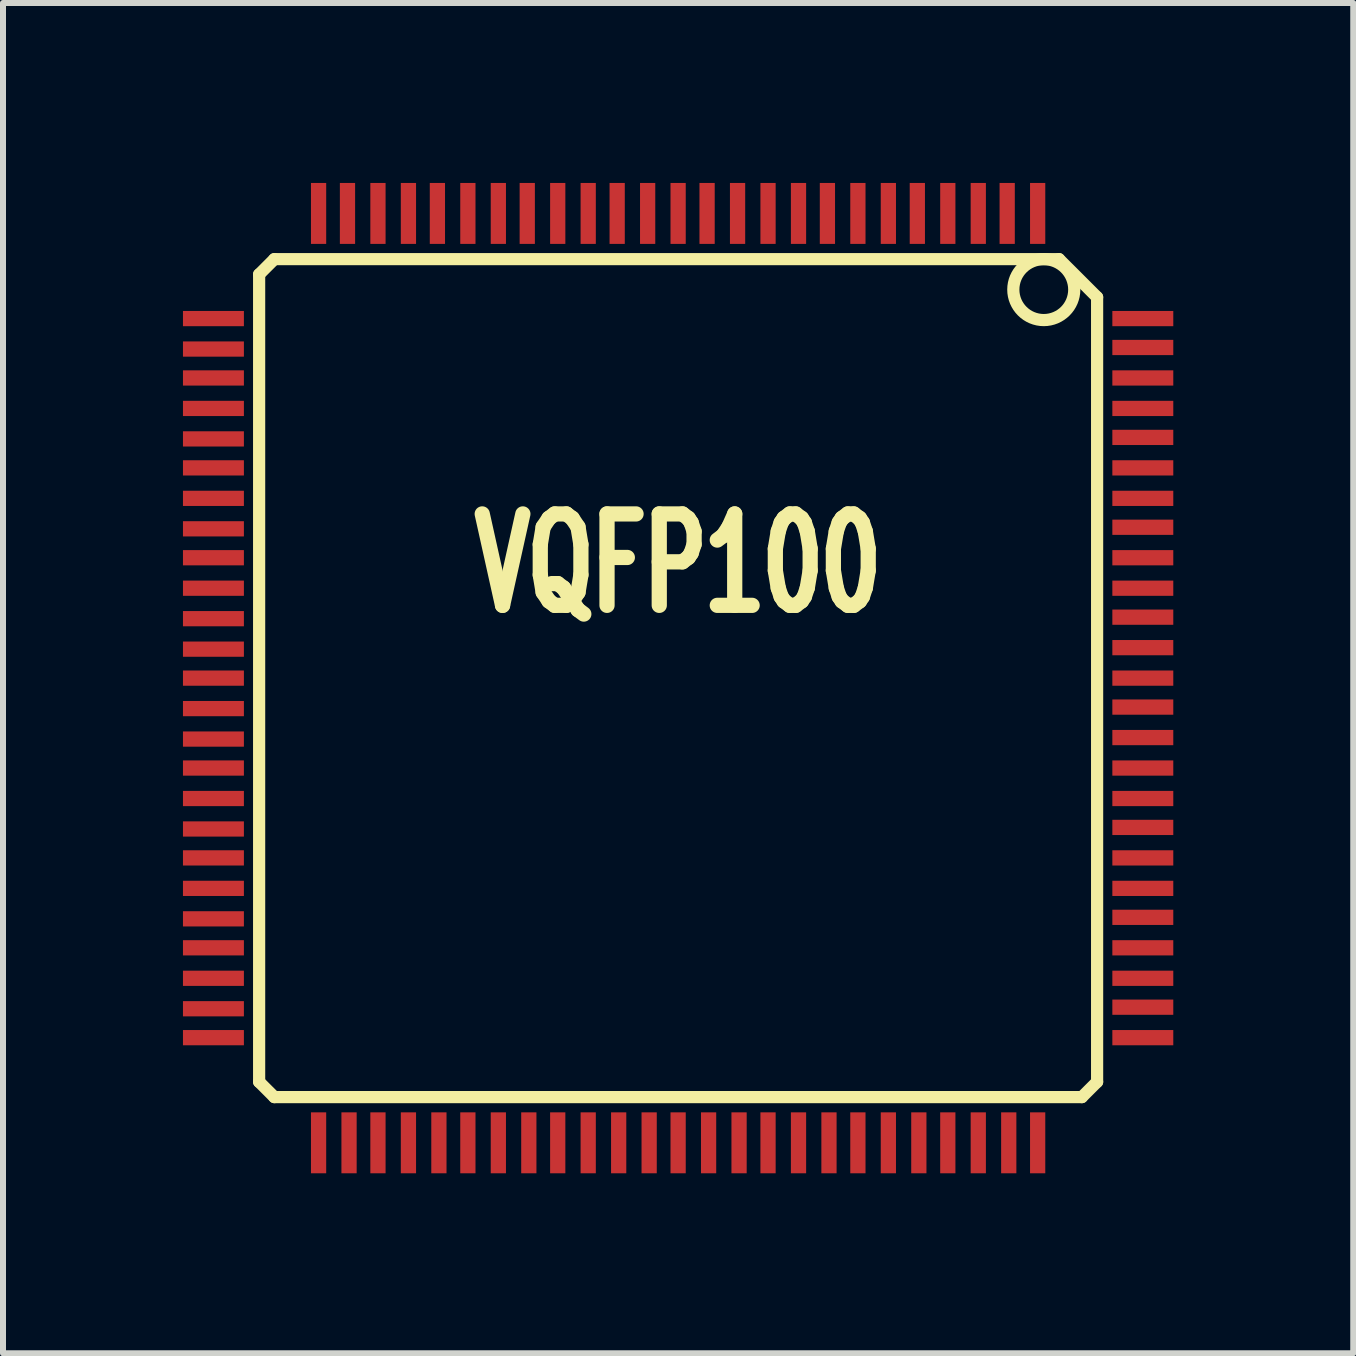
<source format=kicad_pcb>
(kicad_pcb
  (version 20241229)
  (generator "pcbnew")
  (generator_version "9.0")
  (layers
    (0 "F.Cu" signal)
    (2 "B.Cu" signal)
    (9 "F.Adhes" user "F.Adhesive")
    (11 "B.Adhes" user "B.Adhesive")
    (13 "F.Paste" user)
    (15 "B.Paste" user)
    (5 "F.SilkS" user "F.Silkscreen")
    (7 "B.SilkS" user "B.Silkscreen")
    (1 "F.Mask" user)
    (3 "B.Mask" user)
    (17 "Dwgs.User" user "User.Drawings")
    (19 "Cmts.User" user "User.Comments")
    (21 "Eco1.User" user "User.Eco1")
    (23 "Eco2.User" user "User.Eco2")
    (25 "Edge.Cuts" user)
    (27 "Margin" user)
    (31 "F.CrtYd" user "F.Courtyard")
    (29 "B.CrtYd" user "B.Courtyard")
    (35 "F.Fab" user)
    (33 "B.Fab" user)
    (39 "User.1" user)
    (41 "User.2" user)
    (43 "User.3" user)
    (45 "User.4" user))
  (footprint "VQFP100"
    (layer "F.Cu")
    (at 8.255 8.255)
    (property "Reference" "VQFP100" (at 0 -1.905 0) (layer "F.SilkS") (effects (font (size 1.524 1.016) (thickness 0.305))))
    (attr smd)
    (fp_line (start -6.985 -6.731) (end -6.985 6.731) (stroke (width 0.203) (type solid)) (layer "F.SilkS"))
    (fp_line (start -6.985 -6.731) (end -6.731 -6.985) (stroke (width 0.203) (type solid)) (layer "F.SilkS"))
    (fp_line (start -6.985 6.731) (end -6.731 6.985) (stroke (width 0.203) (type solid)) (layer "F.SilkS"))
    (fp_line (start -6.731 6.985) (end 6.731 6.985) (stroke (width 0.203) (type solid)) (layer "F.SilkS"))
    (fp_line (start 6.35 -6.985) (end -6.731 -6.985) (stroke (width 0.203) (type solid)) (layer "F.SilkS"))
    (fp_line (start 6.731 6.985) (end 6.985 6.731) (stroke (width 0.203) (type solid)) (layer "F.SilkS"))
    (fp_line (start 6.985 -6.35) (end 6.35 -6.985) (stroke (width 0.203) (type solid)) (layer "F.SilkS"))
    (fp_line (start 6.985 6.731) (end 6.985 -6.35) (stroke (width 0.203) (type solid)) (layer "F.SilkS"))
    (fp_circle (center 6.096 -6.477) (end 6.096 -6.985) (stroke (width 0.203) (type solid)) (fill no) (layer "F.SilkS"))
    (pad "1" smd rect (at 5.994 -7.747) (size 0.254 1.016) (layers "F.Cu" "F.Mask" "F.Paste"))
    (pad "2" smd rect (at 5.486 -7.747) (size 0.254 1.016) (layers "F.Cu" "F.Mask" "F.Paste"))
    (pad "3" smd rect (at 5.004 -7.747) (size 0.254 1.016) (layers "F.Cu" "F.Mask" "F.Paste"))
    (pad "4" smd rect (at 4.496 -7.747) (size 0.254 1.016) (layers "F.Cu" "F.Mask" "F.Paste"))
    (pad "5" smd rect (at 3.988 -7.747) (size 0.254 1.016) (layers "F.Cu" "F.Mask" "F.Paste"))
    (pad "6" smd rect (at 3.505 -7.747) (size 0.254 1.016) (layers "F.Cu" "F.Mask" "F.Paste"))
    (pad "7" smd rect (at 2.997 -7.747) (size 0.254 1.016) (layers "F.Cu" "F.Mask" "F.Paste"))
    (pad "8" smd rect (at 2.489 -7.747) (size 0.254 1.016) (layers "F.Cu" "F.Mask" "F.Paste"))
    (pad "9" smd rect (at 2.007 -7.747) (size 0.254 1.016) (layers "F.Cu" "F.Mask" "F.Paste"))
    (pad "10" smd rect (at 1.499 -7.747) (size 0.254 1.016) (layers "F.Cu" "F.Mask" "F.Paste"))
    (pad "11" smd rect (at 0.991 -7.747) (size 0.254 1.016) (layers "F.Cu" "F.Mask" "F.Paste"))
    (pad "12" smd rect (at 0.483 -7.747) (size 0.254 1.016) (layers "F.Cu" "F.Mask" "F.Paste"))
    (pad "13" smd rect (at 0 -7.747) (size 0.254 1.016) (layers "F.Cu" "F.Mask" "F.Paste"))
    (pad "14" smd rect (at -0.508 -7.747) (size 0.254 1.016) (layers "F.Cu" "F.Mask" "F.Paste"))
    (pad "15" smd rect (at -1.016 -7.747) (size 0.254 1.016) (layers "F.Cu" "F.Mask" "F.Paste"))
    (pad "16" smd rect (at -1.499 -7.747) (size 0.254 1.016) (layers "F.Cu" "F.Mask" "F.Paste"))
    (pad "17" smd rect (at -2.007 -7.747) (size 0.254 1.016) (layers "F.Cu" "F.Mask" "F.Paste"))
    (pad "18" smd rect (at -2.515 -7.747) (size 0.254 1.016) (layers "F.Cu" "F.Mask" "F.Paste"))
    (pad "19" smd rect (at -2.997 -7.747) (size 0.254 1.016) (layers "F.Cu" "F.Mask" "F.Paste"))
    (pad "20" smd rect (at -3.505 -7.747) (size 0.254 1.016) (layers "F.Cu" "F.Mask" "F.Paste"))
    (pad "21" smd rect (at -4.013 -7.747) (size 0.254 1.016) (layers "F.Cu" "F.Mask" "F.Paste"))
    (pad "22" smd rect (at -4.496 -7.747) (size 0.254 1.016) (layers "F.Cu" "F.Mask" "F.Paste"))
    (pad "23" smd rect (at -5.004 -7.747) (size 0.254 1.016) (layers "F.Cu" "F.Mask" "F.Paste"))
    (pad "24" smd rect (at -5.512 -7.747) (size 0.254 1.016) (layers "F.Cu" "F.Mask" "F.Paste"))
    (pad "25" smd rect (at -5.994 -7.747) (size 0.254 1.016) (layers "F.Cu" "F.Mask" "F.Paste"))
    (pad "26" smd rect (at -7.747 -5.994) (size 1.016 0.254) (layers "F.Cu" "F.Mask" "F.Paste"))
    (pad "27" smd rect (at -7.747 -5.486) (size 1.016 0.254) (layers "F.Cu" "F.Mask" "F.Paste"))
    (pad "28" smd rect (at -7.747 -5.004) (size 1.016 0.254) (layers "F.Cu" "F.Mask" "F.Paste"))
    (pad "29" smd rect (at -7.747 -4.496) (size 1.016 0.254) (layers "F.Cu" "F.Mask" "F.Paste"))
    (pad "30" smd rect (at -7.747 -3.988) (size 1.016 0.254) (layers "F.Cu" "F.Mask" "F.Paste"))
    (pad "31" smd rect (at -7.747 -3.505) (size 1.016 0.254) (layers "F.Cu" "F.Mask" "F.Paste"))
    (pad "32" smd rect (at -7.747 -2.997) (size 1.016 0.254) (layers "F.Cu" "F.Mask" "F.Paste"))
    (pad "33" smd rect (at -7.747 -2.489) (size 1.016 0.254) (layers "F.Cu" "F.Mask" "F.Paste"))
    (pad "34" smd rect (at -7.747 -2.007) (size 1.016 0.254) (layers "F.Cu" "F.Mask" "F.Paste"))
    (pad "35" smd rect (at -7.747 -1.499) (size 1.016 0.254) (layers "F.Cu" "F.Mask" "F.Paste"))
    (pad "36" smd rect (at -7.747 -0.991) (size 1.016 0.254) (layers "F.Cu" "F.Mask" "F.Paste"))
    (pad "37" smd rect (at -7.747 -0.483) (size 1.016 0.254) (layers "F.Cu" "F.Mask" "F.Paste"))
    (pad "38" smd rect (at -7.747 0) (size 1.016 0.254) (layers "F.Cu" "F.Mask" "F.Paste"))
    (pad "39" smd rect (at -7.747 0.508) (size 1.016 0.254) (layers "F.Cu" "F.Mask" "F.Paste"))
    (pad "40" smd rect (at -7.747 1.016) (size 1.016 0.254) (layers "F.Cu" "F.Mask" "F.Paste"))
    (pad "41" smd rect (at -7.747 1.499) (size 1.016 0.254) (layers "F.Cu" "F.Mask" "F.Paste"))
    (pad "42" smd rect (at -7.747 2.007) (size 1.016 0.254) (layers "F.Cu" "F.Mask" "F.Paste"))
    (pad "43" smd rect (at -7.747 2.515) (size 1.016 0.254) (layers "F.Cu" "F.Mask" "F.Paste"))
    (pad "44" smd rect (at -7.747 2.997) (size 1.016 0.254) (layers "F.Cu" "F.Mask" "F.Paste"))
    (pad "45" smd rect (at -7.747 3.505) (size 1.016 0.254) (layers "F.Cu" "F.Mask" "F.Paste"))
    (pad "46" smd rect (at -7.747 4.013) (size 1.016 0.254) (layers "F.Cu" "F.Mask" "F.Paste"))
    (pad "47" smd rect (at -7.747 4.496) (size 1.016 0.254) (layers "F.Cu" "F.Mask" "F.Paste"))
    (pad "48" smd rect (at -7.747 5.004) (size 1.016 0.254) (layers "F.Cu" "F.Mask" "F.Paste"))
    (pad "49" smd rect (at -7.747 5.512) (size 1.016 0.254) (layers "F.Cu" "F.Mask" "F.Paste"))
    (pad "50" smd rect (at -7.747 5.994) (size 1.016 0.254) (layers "F.Cu" "F.Mask" "F.Paste"))
    (pad "51" smd rect (at -5.994 7.747) (size 0.254 1.016) (layers "F.Cu" "F.Mask" "F.Paste"))
    (pad "52" smd rect (at -5.486 7.747) (size 0.254 1.016) (layers "F.Cu" "F.Mask" "F.Paste"))
    (pad "53" smd rect (at -5.004 7.747) (size 0.254 1.016) (layers "F.Cu" "F.Mask" "F.Paste"))
    (pad "54" smd rect (at -4.496 7.747) (size 0.254 1.016) (layers "F.Cu" "F.Mask" "F.Paste"))
    (pad "55" smd rect (at -3.988 7.747) (size 0.254 1.016) (layers "F.Cu" "F.Mask" "F.Paste"))
    (pad "56" smd rect (at -3.505 7.747) (size 0.254 1.016) (layers "F.Cu" "F.Mask" "F.Paste"))
    (pad "57" smd rect (at -2.997 7.747) (size 0.254 1.016) (layers "F.Cu" "F.Mask" "F.Paste"))
    (pad "58" smd rect (at -2.489 7.747) (size 0.254 1.016) (layers "F.Cu" "F.Mask" "F.Paste"))
    (pad "59" smd rect (at -2.007 7.747) (size 0.254 1.016) (layers "F.Cu" "F.Mask" "F.Paste"))
    (pad "60" smd rect (at -1.499 7.747) (size 0.254 1.016) (layers "F.Cu" "F.Mask" "F.Paste"))
    (pad "61" smd rect (at -0.991 7.747) (size 0.254 1.016) (layers "F.Cu" "F.Mask" "F.Paste"))
    (pad "62" smd rect (at -0.483 7.747) (size 0.254 1.016) (layers "F.Cu" "F.Mask" "F.Paste"))
    (pad "63" smd rect (at 0 7.747) (size 0.254 1.016) (layers "F.Cu" "F.Mask" "F.Paste"))
    (pad "64" smd rect (at 0.508 7.747) (size 0.254 1.016) (layers "F.Cu" "F.Mask" "F.Paste"))
    (pad "65" smd rect (at 1.016 7.747) (size 0.254 1.016) (layers "F.Cu" "F.Mask" "F.Paste"))
    (pad "66" smd rect (at 1.499 7.747) (size 0.254 1.016) (layers "F.Cu" "F.Mask" "F.Paste"))
    (pad "67" smd rect (at 2.007 7.747) (size 0.254 1.016) (layers "F.Cu" "F.Mask" "F.Paste"))
    (pad "68" smd rect (at 2.515 7.747) (size 0.254 1.016) (layers "F.Cu" "F.Mask" "F.Paste"))
    (pad "69" smd rect (at 2.997 7.747) (size 0.254 1.016) (layers "F.Cu" "F.Mask" "F.Paste"))
    (pad "70" smd rect (at 3.505 7.747) (size 0.254 1.016) (layers "F.Cu" "F.Mask" "F.Paste"))
    (pad "71" smd rect (at 4.013 7.747) (size 0.254 1.016) (layers "F.Cu" "F.Mask" "F.Paste"))
    (pad "72" smd rect (at 4.496 7.747) (size 0.254 1.016) (layers "F.Cu" "F.Mask" "F.Paste"))
    (pad "73" smd rect (at 5.004 7.747) (size 0.254 1.016) (layers "F.Cu" "F.Mask" "F.Paste"))
    (pad "74" smd rect (at 5.512 7.747) (size 0.254 1.016) (layers "F.Cu" "F.Mask" "F.Paste"))
    (pad "75" smd rect (at 5.994 7.747) (size 0.254 1.016) (layers "F.Cu" "F.Mask" "F.Paste"))
    (pad "76" smd rect (at 7.747 5.994) (size 1.016 0.254) (layers "F.Cu" "F.Mask" "F.Paste"))
    (pad "77" smd rect (at 7.747 5.486) (size 1.016 0.254) (layers "F.Cu" "F.Mask" "F.Paste"))
    (pad "78" smd rect (at 7.747 5.004) (size 1.016 0.254) (layers "F.Cu" "F.Mask" "F.Paste"))
    (pad "79" smd rect (at 7.747 4.496) (size 1.016 0.254) (layers "F.Cu" "F.Mask" "F.Paste"))
    (pad "80" smd rect (at 7.747 3.988) (size 1.016 0.254) (layers "F.Cu" "F.Mask" "F.Paste"))
    (pad "81" smd rect (at 7.747 3.505) (size 1.016 0.254) (layers "F.Cu" "F.Mask" "F.Paste"))
    (pad "82" smd rect (at 7.747 2.997) (size 1.016 0.254) (layers "F.Cu" "F.Mask" "F.Paste"))
    (pad "83" smd rect (at 7.747 2.489) (size 1.016 0.254) (layers "F.Cu" "F.Mask" "F.Paste"))
    (pad "84" smd rect (at 7.747 2.007) (size 1.016 0.254) (layers "F.Cu" "F.Mask" "F.Paste"))
    (pad "85" smd rect (at 7.747 1.499) (size 1.016 0.254) (layers "F.Cu" "F.Mask" "F.Paste"))
    (pad "86" smd rect (at 7.747 0.991) (size 1.016 0.254) (layers "F.Cu" "F.Mask" "F.Paste"))
    (pad "87" smd rect (at 7.747 0.483) (size 1.016 0.254) (layers "F.Cu" "F.Mask" "F.Paste"))
    (pad "88" smd rect (at 7.747 0) (size 1.016 0.254) (layers "F.Cu" "F.Mask" "F.Paste"))
    (pad "89" smd rect (at 7.747 -0.508) (size 1.016 0.254) (layers "F.Cu" "F.Mask" "F.Paste"))
    (pad "90" smd rect (at 7.747 -1.016) (size 1.016 0.254) (layers "F.Cu" "F.Mask" "F.Paste"))
    (pad "91" smd rect (at 7.747 -1.499) (size 1.016 0.254) (layers "F.Cu" "F.Mask" "F.Paste"))
    (pad "92" smd rect (at 7.747 -2.007) (size 1.016 0.254) (layers "F.Cu" "F.Mask" "F.Paste"))
    (pad "93" smd rect (at 7.747 -2.515) (size 1.016 0.254) (layers "F.Cu" "F.Mask" "F.Paste"))
    (pad "94" smd rect (at 7.747 -2.997) (size 1.016 0.254) (layers "F.Cu" "F.Mask" "F.Paste"))
    (pad "95" smd rect (at 7.747 -3.505) (size 1.016 0.254) (layers "F.Cu" "F.Mask" "F.Paste"))
    (pad "96" smd rect (at 7.747 -4.013) (size 1.016 0.254) (layers "F.Cu" "F.Mask" "F.Paste"))
    (pad "97" smd rect (at 7.747 -4.496) (size 1.016 0.254) (layers "F.Cu" "F.Mask" "F.Paste"))
    (pad "98" smd rect (at 7.747 -5.004) (size 1.016 0.254) (layers "F.Cu" "F.Mask" "F.Paste"))
    (pad "99" smd rect (at 7.747 -5.512) (size 1.016 0.254) (layers "F.Cu" "F.Mask" "F.Paste"))
    (pad "100" smd rect (at 7.747 -5.994) (size 1.016 0.254) (layers "F.Cu" "F.Mask" "F.Paste")))
  (gr_rect
    (start -3 -3)
    (end 19.51 19.51)
    (stroke (width 0.1) (type default))
    (fill no)
    (layer "Edge.Cuts")))
</source>
